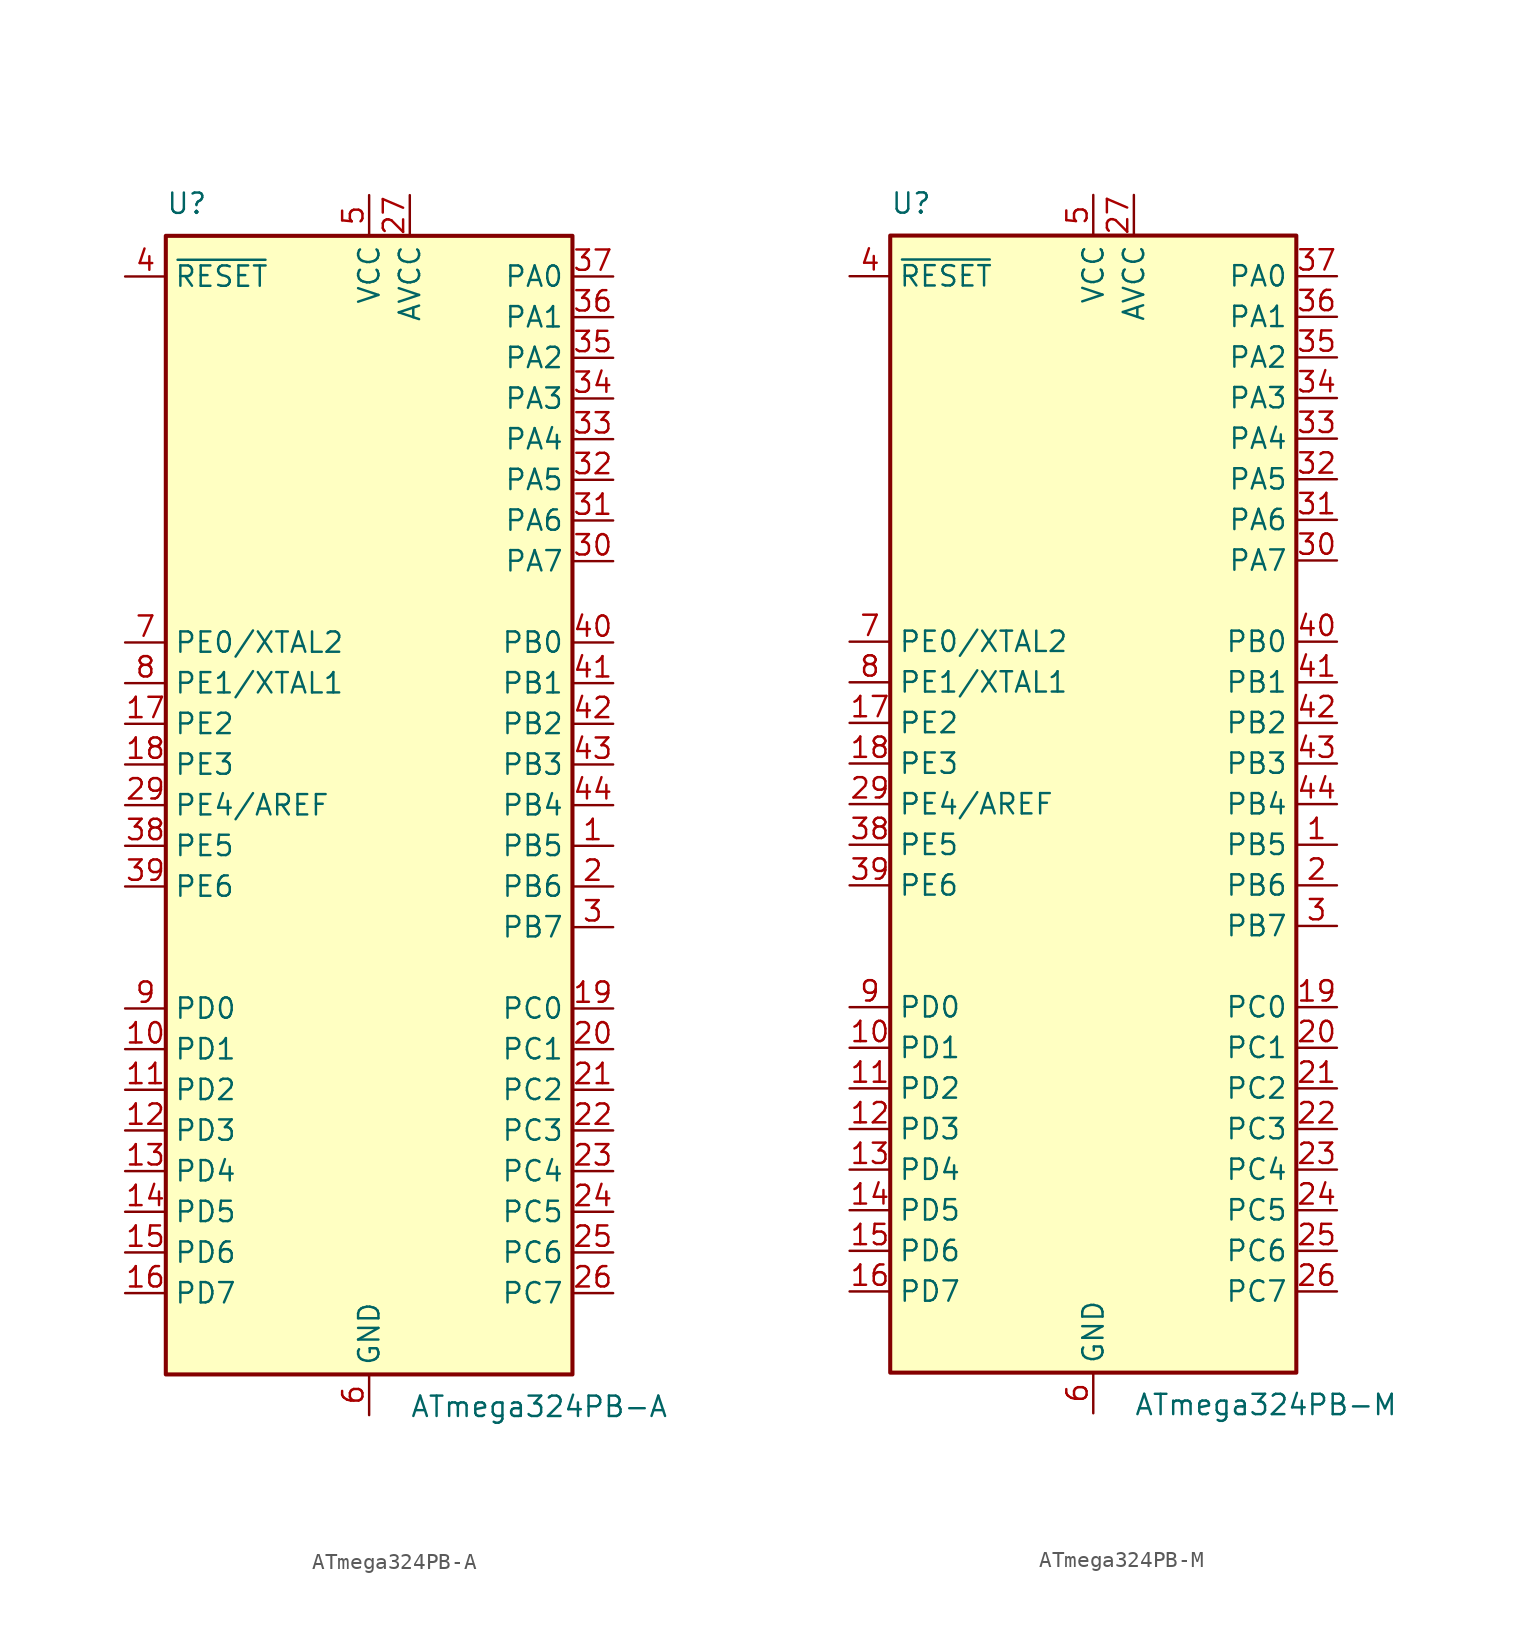
<source format=kicad_sym>
(kicad_symbol_lib
  (version 20241209)
  (generator "kicad_symbol_editor")
  (generator_version "9.0")
  (symbol "ATmega324PB-A"
    (property "Reference" "U"
      (at -12.7 36.83 0)
      (effects (font (size 1.27 1.27)) (justify left bottom)))
    (property "Value" "ATmega324PB-A"
      (at 2.54 -36.83 0)
      (effects (font (size 1.27 1.27)) (justify left top)))
    (symbol "ATmega324PB-A_0_1"
      (rectangle (start -12.7 -35.56) (end 12.7 35.56) (stroke (width 0.254) (type default)) (fill (type background))))
    (symbol "ATmega324PB-A_1_1"
      (pin input line (at -15.24 33.02 0) (length 2.54) (name "~{RESET}" (effects (font (size 1.27 1.27)))) (number "4" (effects (font (size 1.27 1.27)))))
      (pin bidirectional line (at -15.24 10.16 0) (length 2.54) (name "PE0/XTAL2" (effects (font (size 1.27 1.27)))) (number "7" (effects (font (size 1.27 1.27)))))
      (pin bidirectional line (at -15.24 7.62 0) (length 2.54) (name "PE1/XTAL1" (effects (font (size 1.27 1.27)))) (number "8" (effects (font (size 1.27 1.27)))))
      (pin bidirectional line (at -15.24 5.08 0) (length 2.54) (name "PE2" (effects (font (size 1.27 1.27)))) (number "17" (effects (font (size 1.27 1.27)))))
      (pin bidirectional line (at -15.24 2.54 0) (length 2.54) (name "PE3" (effects (font (size 1.27 1.27)))) (number "18" (effects (font (size 1.27 1.27)))))
      (pin bidirectional line (at -15.24 0 0) (length 2.54) (name "PE4/AREF" (effects (font (size 1.27 1.27)))) (number "29" (effects (font (size 1.27 1.27)))))
      (pin bidirectional line (at -15.24 -2.54 0) (length 2.54) (name "PE5" (effects (font (size 1.27 1.27)))) (number "38" (effects (font (size 1.27 1.27)))))
      (pin bidirectional line (at -15.24 -5.08 0) (length 2.54) (name "PE6" (effects (font (size 1.27 1.27)))) (number "39" (effects (font (size 1.27 1.27)))))
      (pin bidirectional line (at -15.24 -12.7 0) (length 2.54) (name "PD0" (effects (font (size 1.27 1.27)))) (number "9" (effects (font (size 1.27 1.27)))))
      (pin bidirectional line (at -15.24 -15.24 0) (length 2.54) (name "PD1" (effects (font (size 1.27 1.27)))) (number "10" (effects (font (size 1.27 1.27)))))
      (pin bidirectional line (at -15.24 -17.78 0) (length 2.54) (name "PD2" (effects (font (size 1.27 1.27)))) (number "11" (effects (font (size 1.27 1.27)))))
      (pin bidirectional line (at -15.24 -20.32 0) (length 2.54) (name "PD3" (effects (font (size 1.27 1.27)))) (number "12" (effects (font (size 1.27 1.27)))))
      (pin bidirectional line (at -15.24 -22.86 0) (length 2.54) (name "PD4" (effects (font (size 1.27 1.27)))) (number "13" (effects (font (size 1.27 1.27)))))
      (pin bidirectional line (at -15.24 -25.4 0) (length 2.54) (name "PD5" (effects (font (size 1.27 1.27)))) (number "14" (effects (font (size 1.27 1.27)))))
      (pin bidirectional line (at -15.24 -27.94 0) (length 2.54) (name "PD6" (effects (font (size 1.27 1.27)))) (number "15" (effects (font (size 1.27 1.27)))))
      (pin bidirectional line (at -15.24 -30.48 0) (length 2.54) (name "PD7" (effects (font (size 1.27 1.27)))) (number "16" (effects (font (size 1.27 1.27)))))
      (pin power_in line (at 0 38.1 270) (length 2.54) (name "VCC" (effects (font (size 1.27 1.27)))) (number "5" (effects (font (size 1.27 1.27)))))
      (pin passive line (at 0 -38.1 90) (length 2.54) (hide yes) (name "GND" (effects (font (size 1.27 1.27)))) (number "28" (effects (font (size 1.27 1.27)))))
      (pin power_in line (at 0 -38.1 90) (length 2.54) (name "GND" (effects (font (size 1.27 1.27)))) (number "6" (effects (font (size 1.27 1.27)))))
      (pin power_in line (at 2.54 38.1 270) (length 2.54) (name "AVCC" (effects (font (size 1.27 1.27)))) (number "27" (effects (font (size 1.27 1.27)))))
      (pin bidirectional line (at 15.24 33.02 180) (length 2.54) (name "PA0" (effects (font (size 1.27 1.27)))) (number "37" (effects (font (size 1.27 1.27)))))
      (pin bidirectional line (at 15.24 30.48 180) (length 2.54) (name "PA1" (effects (font (size 1.27 1.27)))) (number "36" (effects (font (size 1.27 1.27)))))
      (pin bidirectional line (at 15.24 27.94 180) (length 2.54) (name "PA2" (effects (font (size 1.27 1.27)))) (number "35" (effects (font (size 1.27 1.27)))))
      (pin bidirectional line (at 15.24 25.4 180) (length 2.54) (name "PA3" (effects (font (size 1.27 1.27)))) (number "34" (effects (font (size 1.27 1.27)))))
      (pin bidirectional line (at 15.24 22.86 180) (length 2.54) (name "PA4" (effects (font (size 1.27 1.27)))) (number "33" (effects (font (size 1.27 1.27)))))
      (pin bidirectional line (at 15.24 20.32 180) (length 2.54) (name "PA5" (effects (font (size 1.27 1.27)))) (number "32" (effects (font (size 1.27 1.27)))))
      (pin bidirectional line (at 15.24 17.78 180) (length 2.54) (name "PA6" (effects (font (size 1.27 1.27)))) (number "31" (effects (font (size 1.27 1.27)))))
      (pin bidirectional line (at 15.24 15.24 180) (length 2.54) (name "PA7" (effects (font (size 1.27 1.27)))) (number "30" (effects (font (size 1.27 1.27)))))
      (pin bidirectional line (at 15.24 10.16 180) (length 2.54) (name "PB0" (effects (font (size 1.27 1.27)))) (number "40" (effects (font (size 1.27 1.27)))))
      (pin bidirectional line (at 15.24 7.62 180) (length 2.54) (name "PB1" (effects (font (size 1.27 1.27)))) (number "41" (effects (font (size 1.27 1.27)))))
      (pin bidirectional line (at 15.24 5.08 180) (length 2.54) (name "PB2" (effects (font (size 1.27 1.27)))) (number "42" (effects (font (size 1.27 1.27)))))
      (pin bidirectional line (at 15.24 2.54 180) (length 2.54) (name "PB3" (effects (font (size 1.27 1.27)))) (number "43" (effects (font (size 1.27 1.27)))))
      (pin bidirectional line (at 15.24 0 180) (length 2.54) (name "PB4" (effects (font (size 1.27 1.27)))) (number "44" (effects (font (size 1.27 1.27)))))
      (pin bidirectional line (at 15.24 -2.54 180) (length 2.54) (name "PB5" (effects (font (size 1.27 1.27)))) (number "1" (effects (font (size 1.27 1.27)))))
      (pin bidirectional line (at 15.24 -5.08 180) (length 2.54) (name "PB6" (effects (font (size 1.27 1.27)))) (number "2" (effects (font (size 1.27 1.27)))))
      (pin bidirectional line (at 15.24 -7.62 180) (length 2.54) (name "PB7" (effects (font (size 1.27 1.27)))) (number "3" (effects (font (size 1.27 1.27)))))
      (pin bidirectional line (at 15.24 -12.7 180) (length 2.54) (name "PC0" (effects (font (size 1.27 1.27)))) (number "19" (effects (font (size 1.27 1.27)))))
      (pin bidirectional line (at 15.24 -15.24 180) (length 2.54) (name "PC1" (effects (font (size 1.27 1.27)))) (number "20" (effects (font (size 1.27 1.27)))))
      (pin bidirectional line (at 15.24 -17.78 180) (length 2.54) (name "PC2" (effects (font (size 1.27 1.27)))) (number "21" (effects (font (size 1.27 1.27)))))
      (pin bidirectional line (at 15.24 -20.32 180) (length 2.54) (name "PC3" (effects (font (size 1.27 1.27)))) (number "22" (effects (font (size 1.27 1.27)))))
      (pin bidirectional line (at 15.24 -22.86 180) (length 2.54) (name "PC4" (effects (font (size 1.27 1.27)))) (number "23" (effects (font (size 1.27 1.27)))))
      (pin bidirectional line (at 15.24 -25.4 180) (length 2.54) (name "PC5" (effects (font (size 1.27 1.27)))) (number "24" (effects (font (size 1.27 1.27)))))
      (pin bidirectional line (at 15.24 -27.94 180) (length 2.54) (name "PC6" (effects (font (size 1.27 1.27)))) (number "25" (effects (font (size 1.27 1.27)))))
      (pin bidirectional line (at 15.24 -30.48 180) (length 2.54) (name "PC7" (effects (font (size 1.27 1.27)))) (number "26" (effects (font (size 1.27 1.27)))))))
  (symbol "ATmega324PB-M"
    (property "Reference" "U"
      (at -12.7 36.83 0)
      (effects (font (size 1.27 1.27)) (justify left bottom)))
    (property "Value" "ATmega324PB-M"
      (at 2.54 -36.83 0)
      (effects (font (size 1.27 1.27)) (justify left top)))
    (symbol "ATmega324PB-M_0_1"
      (rectangle (start -12.7 -35.56) (end 12.7 35.56) (stroke (width 0.254) (type default)) (fill (type background))))
    (symbol "ATmega324PB-M_1_1"
      (pin input line (at -15.24 33.02 0) (length 2.54) (name "~{RESET}" (effects (font (size 1.27 1.27)))) (number "4" (effects (font (size 1.27 1.27)))))
      (pin bidirectional line (at -15.24 10.16 0) (length 2.54) (name "PE0/XTAL2" (effects (font (size 1.27 1.27)))) (number "7" (effects (font (size 1.27 1.27)))))
      (pin bidirectional line (at -15.24 7.62 0) (length 2.54) (name "PE1/XTAL1" (effects (font (size 1.27 1.27)))) (number "8" (effects (font (size 1.27 1.27)))))
      (pin bidirectional line (at -15.24 5.08 0) (length 2.54) (name "PE2" (effects (font (size 1.27 1.27)))) (number "17" (effects (font (size 1.27 1.27)))))
      (pin bidirectional line (at -15.24 2.54 0) (length 2.54) (name "PE3" (effects (font (size 1.27 1.27)))) (number "18" (effects (font (size 1.27 1.27)))))
      (pin bidirectional line (at -15.24 0 0) (length 2.54) (name "PE4/AREF" (effects (font (size 1.27 1.27)))) (number "29" (effects (font (size 1.27 1.27)))))
      (pin bidirectional line (at -15.24 -2.54 0) (length 2.54) (name "PE5" (effects (font (size 1.27 1.27)))) (number "38" (effects (font (size 1.27 1.27)))))
      (pin bidirectional line (at -15.24 -5.08 0) (length 2.54) (name "PE6" (effects (font (size 1.27 1.27)))) (number "39" (effects (font (size 1.27 1.27)))))
      (pin bidirectional line (at -15.24 -12.7 0) (length 2.54) (name "PD0" (effects (font (size 1.27 1.27)))) (number "9" (effects (font (size 1.27 1.27)))))
      (pin bidirectional line (at -15.24 -15.24 0) (length 2.54) (name "PD1" (effects (font (size 1.27 1.27)))) (number "10" (effects (font (size 1.27 1.27)))))
      (pin bidirectional line (at -15.24 -17.78 0) (length 2.54) (name "PD2" (effects (font (size 1.27 1.27)))) (number "11" (effects (font (size 1.27 1.27)))))
      (pin bidirectional line (at -15.24 -20.32 0) (length 2.54) (name "PD3" (effects (font (size 1.27 1.27)))) (number "12" (effects (font (size 1.27 1.27)))))
      (pin bidirectional line (at -15.24 -22.86 0) (length 2.54) (name "PD4" (effects (font (size 1.27 1.27)))) (number "13" (effects (font (size 1.27 1.27)))))
      (pin bidirectional line (at -15.24 -25.4 0) (length 2.54) (name "PD5" (effects (font (size 1.27 1.27)))) (number "14" (effects (font (size 1.27 1.27)))))
      (pin bidirectional line (at -15.24 -27.94 0) (length 2.54) (name "PD6" (effects (font (size 1.27 1.27)))) (number "15" (effects (font (size 1.27 1.27)))))
      (pin bidirectional line (at -15.24 -30.48 0) (length 2.54) (name "PD7" (effects (font (size 1.27 1.27)))) (number "16" (effects (font (size 1.27 1.27)))))
      (pin power_in line (at 0 38.1 270) (length 2.54) (name "VCC" (effects (font (size 1.27 1.27)))) (number "5" (effects (font (size 1.27 1.27)))))
      (pin passive line (at 0 -38.1 90) (length 2.54) (hide yes) (name "GND" (effects (font (size 1.27 1.27)))) (number "28" (effects (font (size 1.27 1.27)))))
      (pin passive line (at 0 -38.1 90) (length 2.54) (hide yes) (name "GND" (effects (font (size 1.27 1.27)))) (number "45" (effects (font (size 1.27 1.27)))))
      (pin power_in line (at 0 -38.1 90) (length 2.54) (name "GND" (effects (font (size 1.27 1.27)))) (number "6" (effects (font (size 1.27 1.27)))))
      (pin power_in line (at 2.54 38.1 270) (length 2.54) (name "AVCC" (effects (font (size 1.27 1.27)))) (number "27" (effects (font (size 1.27 1.27)))))
      (pin bidirectional line (at 15.24 33.02 180) (length 2.54) (name "PA0" (effects (font (size 1.27 1.27)))) (number "37" (effects (font (size 1.27 1.27)))))
      (pin bidirectional line (at 15.24 30.48 180) (length 2.54) (name "PA1" (effects (font (size 1.27 1.27)))) (number "36" (effects (font (size 1.27 1.27)))))
      (pin bidirectional line (at 15.24 27.94 180) (length 2.54) (name "PA2" (effects (font (size 1.27 1.27)))) (number "35" (effects (font (size 1.27 1.27)))))
      (pin bidirectional line (at 15.24 25.4 180) (length 2.54) (name "PA3" (effects (font (size 1.27 1.27)))) (number "34" (effects (font (size 1.27 1.27)))))
      (pin bidirectional line (at 15.24 22.86 180) (length 2.54) (name "PA4" (effects (font (size 1.27 1.27)))) (number "33" (effects (font (size 1.27 1.27)))))
      (pin bidirectional line (at 15.24 20.32 180) (length 2.54) (name "PA5" (effects (font (size 1.27 1.27)))) (number "32" (effects (font (size 1.27 1.27)))))
      (pin bidirectional line (at 15.24 17.78 180) (length 2.54) (name "PA6" (effects (font (size 1.27 1.27)))) (number "31" (effects (font (size 1.27 1.27)))))
      (pin bidirectional line (at 15.24 15.24 180) (length 2.54) (name "PA7" (effects (font (size 1.27 1.27)))) (number "30" (effects (font (size 1.27 1.27)))))
      (pin bidirectional line (at 15.24 10.16 180) (length 2.54) (name "PB0" (effects (font (size 1.27 1.27)))) (number "40" (effects (font (size 1.27 1.27)))))
      (pin bidirectional line (at 15.24 7.62 180) (length 2.54) (name "PB1" (effects (font (size 1.27 1.27)))) (number "41" (effects (font (size 1.27 1.27)))))
      (pin bidirectional line (at 15.24 5.08 180) (length 2.54) (name "PB2" (effects (font (size 1.27 1.27)))) (number "42" (effects (font (size 1.27 1.27)))))
      (pin bidirectional line (at 15.24 2.54 180) (length 2.54) (name "PB3" (effects (font (size 1.27 1.27)))) (number "43" (effects (font (size 1.27 1.27)))))
      (pin bidirectional line (at 15.24 0 180) (length 2.54) (name "PB4" (effects (font (size 1.27 1.27)))) (number "44" (effects (font (size 1.27 1.27)))))
      (pin bidirectional line (at 15.24 -2.54 180) (length 2.54) (name "PB5" (effects (font (size 1.27 1.27)))) (number "1" (effects (font (size 1.27 1.27)))))
      (pin bidirectional line (at 15.24 -5.08 180) (length 2.54) (name "PB6" (effects (font (size 1.27 1.27)))) (number "2" (effects (font (size 1.27 1.27)))))
      (pin bidirectional line (at 15.24 -7.62 180) (length 2.54) (name "PB7" (effects (font (size 1.27 1.27)))) (number "3" (effects (font (size 1.27 1.27)))))
      (pin bidirectional line (at 15.24 -12.7 180) (length 2.54) (name "PC0" (effects (font (size 1.27 1.27)))) (number "19" (effects (font (size 1.27 1.27)))))
      (pin bidirectional line (at 15.24 -15.24 180) (length 2.54) (name "PC1" (effects (font (size 1.27 1.27)))) (number "20" (effects (font (size 1.27 1.27)))))
      (pin bidirectional line (at 15.24 -17.78 180) (length 2.54) (name "PC2" (effects (font (size 1.27 1.27)))) (number "21" (effects (font (size 1.27 1.27)))))
      (pin bidirectional line (at 15.24 -20.32 180) (length 2.54) (name "PC3" (effects (font (size 1.27 1.27)))) (number "22" (effects (font (size 1.27 1.27)))))
      (pin bidirectional line (at 15.24 -22.86 180) (length 2.54) (name "PC4" (effects (font (size 1.27 1.27)))) (number "23" (effects (font (size 1.27 1.27)))))
      (pin bidirectional line (at 15.24 -25.4 180) (length 2.54) (name "PC5" (effects (font (size 1.27 1.27)))) (number "24" (effects (font (size 1.27 1.27)))))
      (pin bidirectional line (at 15.24 -27.94 180) (length 2.54) (name "PC6" (effects (font (size 1.27 1.27)))) (number "25" (effects (font (size 1.27 1.27)))))
      (pin bidirectional line (at 15.24 -30.48 180) (length 2.54) (name "PC7" (effects (font (size 1.27 1.27)))) (number "26" (effects (font (size 1.27 1.27))))))))
</source>
